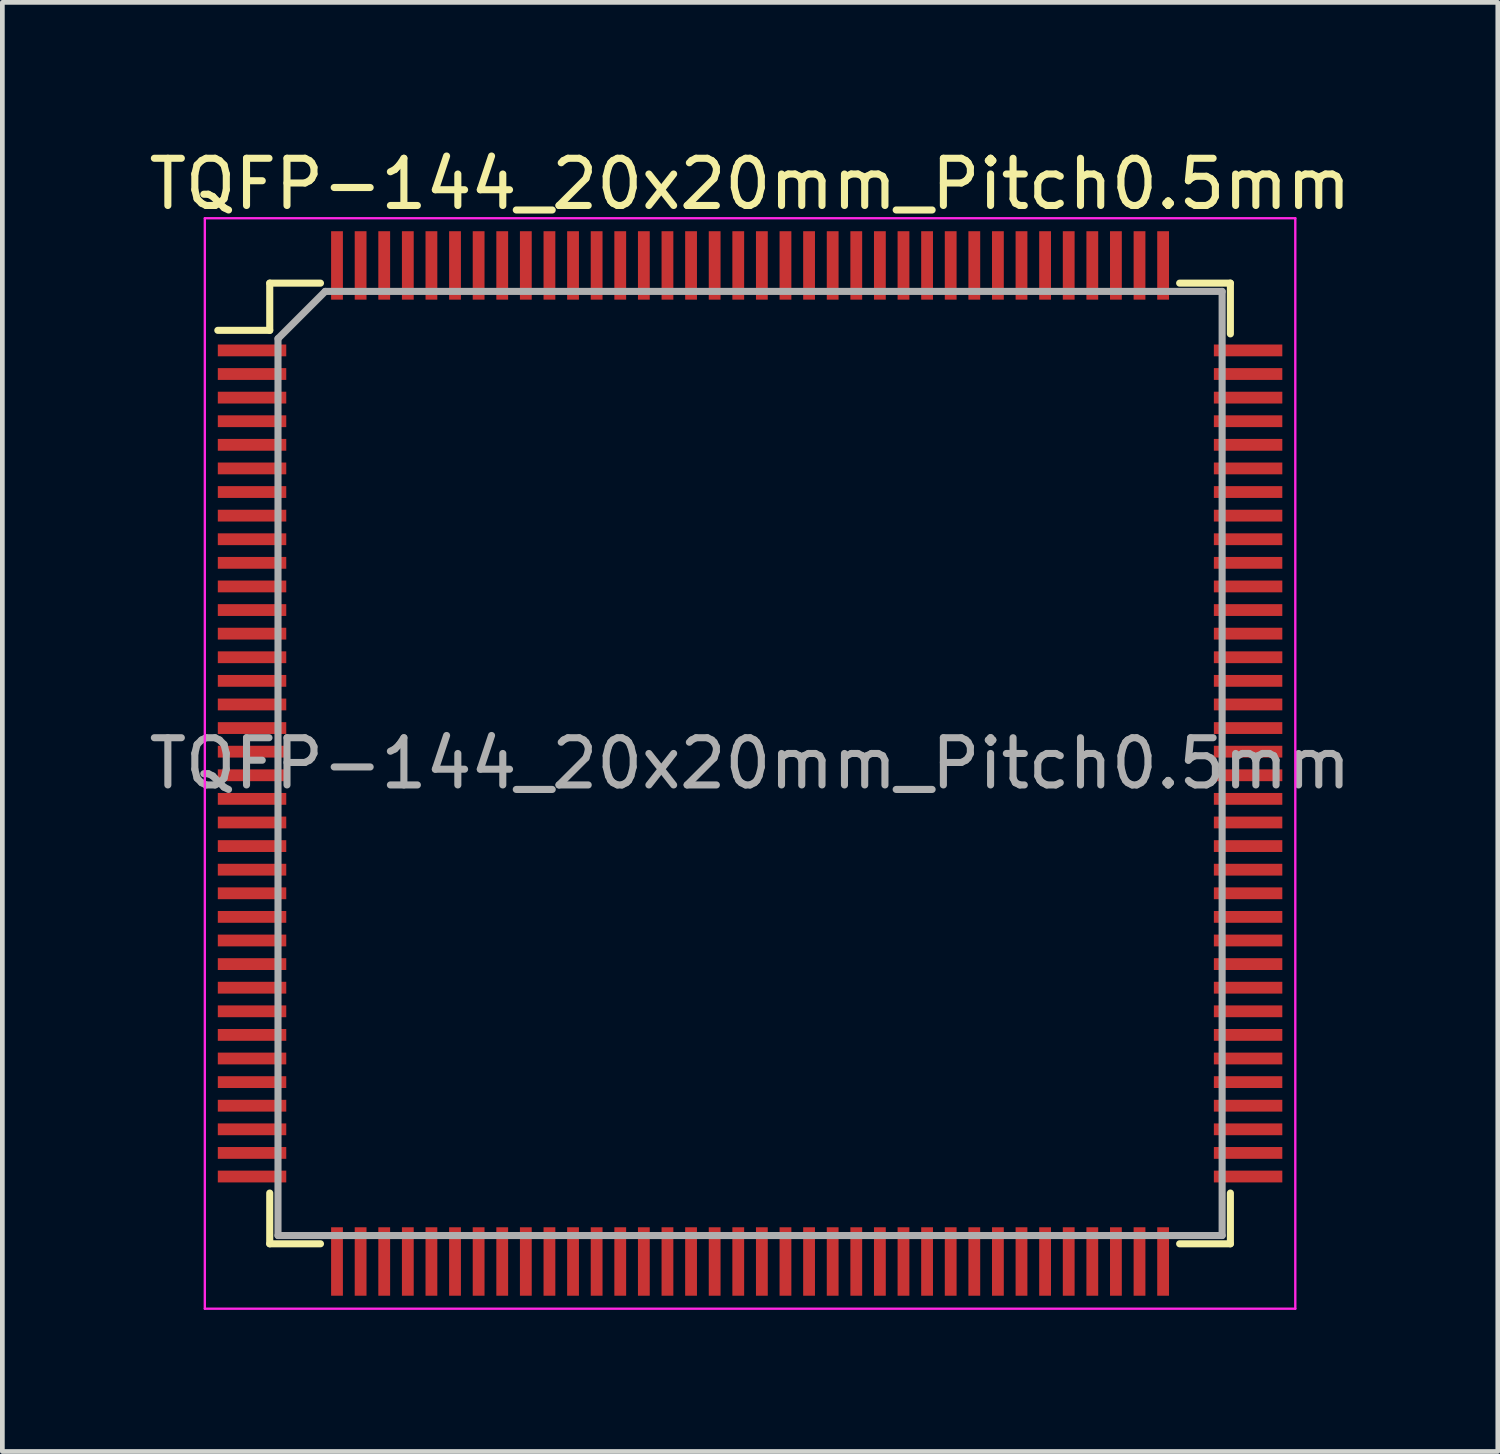
<source format=kicad_pcb>
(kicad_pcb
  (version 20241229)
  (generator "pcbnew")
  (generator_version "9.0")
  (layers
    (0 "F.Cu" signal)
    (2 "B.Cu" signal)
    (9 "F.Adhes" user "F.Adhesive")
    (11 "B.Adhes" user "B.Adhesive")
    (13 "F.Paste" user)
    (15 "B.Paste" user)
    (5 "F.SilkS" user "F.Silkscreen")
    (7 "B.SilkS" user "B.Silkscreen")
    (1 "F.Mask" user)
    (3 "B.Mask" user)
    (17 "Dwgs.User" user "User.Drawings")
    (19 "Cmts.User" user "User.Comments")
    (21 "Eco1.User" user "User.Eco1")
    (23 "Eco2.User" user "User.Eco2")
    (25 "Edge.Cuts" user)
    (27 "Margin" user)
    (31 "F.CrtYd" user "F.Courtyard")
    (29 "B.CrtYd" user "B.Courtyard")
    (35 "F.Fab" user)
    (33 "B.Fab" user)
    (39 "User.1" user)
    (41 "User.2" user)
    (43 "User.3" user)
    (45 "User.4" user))
  (footprint "TQFP-144_20x20mm_Pitch0.5mm"
    (layer "F.Cu")
    (at 12.839 13.123)
    (property "Reference" "TQFP-144_20x20mm_Pitch0.5mm" (at 0 -12.275 0) (layer "F.SilkS") (effects (font (size 1 1) (thickness 0.15))))
    (attr smd)
    (fp_line (start -10.175 -10.175) (end -10.175 -9.175) (stroke (width 0.15) (type solid)) (layer "F.SilkS"))
    (fp_line (start -10.175 -10.175) (end -9.1 -10.175) (stroke (width 0.15) (type solid)) (layer "F.SilkS"))
    (fp_line (start -10.175 -9.175) (end -11.275 -9.175) (stroke (width 0.15) (type solid)) (layer "F.SilkS"))
    (fp_line (start -10.175 10.175) (end -10.175 9.1) (stroke (width 0.15) (type solid)) (layer "F.SilkS"))
    (fp_line (start -10.175 10.175) (end -9.1 10.175) (stroke (width 0.15) (type solid)) (layer "F.SilkS"))
    (fp_line (start 10.175 -10.175) (end 9.1 -10.175) (stroke (width 0.15) (type solid)) (layer "F.SilkS"))
    (fp_line (start 10.175 -10.175) (end 10.175 -9.1) (stroke (width 0.15) (type solid)) (layer "F.SilkS"))
    (fp_line (start 10.175 10.175) (end 9.1 10.175) (stroke (width 0.15) (type solid)) (layer "F.SilkS"))
    (fp_line (start 10.175 10.175) (end 10.175 9.1) (stroke (width 0.15) (type solid)) (layer "F.SilkS"))
    (fp_line (start -11.55 -11.55) (end -11.55 11.55) (stroke (width 0.05) (type solid)) (layer "F.CrtYd"))
    (fp_line (start -11.55 -11.55) (end 11.55 -11.55) (stroke (width 0.05) (type solid)) (layer "F.CrtYd"))
    (fp_line (start -11.55 11.55) (end 11.55 11.55) (stroke (width 0.05) (type solid)) (layer "F.CrtYd"))
    (fp_line (start 11.55 -11.55) (end 11.55 11.55) (stroke (width 0.05) (type solid)) (layer "F.CrtYd"))
    (fp_line (start -10 -9) (end -9 -10) (stroke (width 0.15) (type solid)) (layer "F.Fab"))
    (fp_line (start -10 10) (end -10 -9) (stroke (width 0.15) (type solid)) (layer "F.Fab"))
    (fp_line (start -9 -10) (end 10 -10) (stroke (width 0.15) (type solid)) (layer "F.Fab"))
    (fp_line (start 10 -10) (end 10 10) (stroke (width 0.15) (type solid)) (layer "F.Fab"))
    (fp_line (start 10 10) (end -10 10) (stroke (width 0.15) (type solid)) (layer "F.Fab"))
    (fp_text user "${REFERENCE}" (at 0 0 0) (layer "F.Fab") (effects (font (size 1 1) (thickness 0.15))))
    (pad "1" smd rect (at -10.55 -8.75) (size 1.45 0.25) (layers "F.Cu" "F.Mask" "F.Paste"))
    (pad "2" smd rect (at -10.55 -8.25) (size 1.45 0.25) (layers "F.Cu" "F.Mask" "F.Paste"))
    (pad "3" smd rect (at -10.55 -7.75) (size 1.45 0.25) (layers "F.Cu" "F.Mask" "F.Paste"))
    (pad "4" smd rect (at -10.55 -7.25) (size 1.45 0.25) (layers "F.Cu" "F.Mask" "F.Paste"))
    (pad "5" smd rect (at -10.55 -6.75) (size 1.45 0.25) (layers "F.Cu" "F.Mask" "F.Paste"))
    (pad "6" smd rect (at -10.55 -6.25) (size 1.45 0.25) (layers "F.Cu" "F.Mask" "F.Paste"))
    (pad "7" smd rect (at -10.55 -5.75) (size 1.45 0.25) (layers "F.Cu" "F.Mask" "F.Paste"))
    (pad "8" smd rect (at -10.55 -5.25) (size 1.45 0.25) (layers "F.Cu" "F.Mask" "F.Paste"))
    (pad "9" smd rect (at -10.55 -4.75) (size 1.45 0.25) (layers "F.Cu" "F.Mask" "F.Paste"))
    (pad "10" smd rect (at -10.55 -4.25) (size 1.45 0.25) (layers "F.Cu" "F.Mask" "F.Paste"))
    (pad "11" smd rect (at -10.55 -3.75) (size 1.45 0.25) (layers "F.Cu" "F.Mask" "F.Paste"))
    (pad "12" smd rect (at -10.55 -3.25) (size 1.45 0.25) (layers "F.Cu" "F.Mask" "F.Paste"))
    (pad "13" smd rect (at -10.55 -2.75) (size 1.45 0.25) (layers "F.Cu" "F.Mask" "F.Paste"))
    (pad "14" smd rect (at -10.55 -2.25) (size 1.45 0.25) (layers "F.Cu" "F.Mask" "F.Paste"))
    (pad "15" smd rect (at -10.55 -1.75) (size 1.45 0.25) (layers "F.Cu" "F.Mask" "F.Paste"))
    (pad "16" smd rect (at -10.55 -1.25) (size 1.45 0.25) (layers "F.Cu" "F.Mask" "F.Paste"))
    (pad "17" smd rect (at -10.55 -0.75) (size 1.45 0.25) (layers "F.Cu" "F.Mask" "F.Paste"))
    (pad "18" smd rect (at -10.55 -0.25) (size 1.45 0.25) (layers "F.Cu" "F.Mask" "F.Paste"))
    (pad "19" smd rect (at -10.55 0.25) (size 1.45 0.25) (layers "F.Cu" "F.Mask" "F.Paste"))
    (pad "20" smd rect (at -10.55 0.75) (size 1.45 0.25) (layers "F.Cu" "F.Mask" "F.Paste"))
    (pad "21" smd rect (at -10.55 1.25) (size 1.45 0.25) (layers "F.Cu" "F.Mask" "F.Paste"))
    (pad "22" smd rect (at -10.55 1.75) (size 1.45 0.25) (layers "F.Cu" "F.Mask" "F.Paste"))
    (pad "23" smd rect (at -10.55 2.25) (size 1.45 0.25) (layers "F.Cu" "F.Mask" "F.Paste"))
    (pad "24" smd rect (at -10.55 2.75) (size 1.45 0.25) (layers "F.Cu" "F.Mask" "F.Paste"))
    (pad "25" smd rect (at -10.55 3.25) (size 1.45 0.25) (layers "F.Cu" "F.Mask" "F.Paste"))
    (pad "26" smd rect (at -10.55 3.75) (size 1.45 0.25) (layers "F.Cu" "F.Mask" "F.Paste"))
    (pad "27" smd rect (at -10.55 4.25) (size 1.45 0.25) (layers "F.Cu" "F.Mask" "F.Paste"))
    (pad "28" smd rect (at -10.55 4.75) (size 1.45 0.25) (layers "F.Cu" "F.Mask" "F.Paste"))
    (pad "29" smd rect (at -10.55 5.25) (size 1.45 0.25) (layers "F.Cu" "F.Mask" "F.Paste"))
    (pad "30" smd rect (at -10.55 5.75) (size 1.45 0.25) (layers "F.Cu" "F.Mask" "F.Paste"))
    (pad "31" smd rect (at -10.55 6.25) (size 1.45 0.25) (layers "F.Cu" "F.Mask" "F.Paste"))
    (pad "32" smd rect (at -10.55 6.75) (size 1.45 0.25) (layers "F.Cu" "F.Mask" "F.Paste"))
    (pad "33" smd rect (at -10.55 7.25) (size 1.45 0.25) (layers "F.Cu" "F.Mask" "F.Paste"))
    (pad "34" smd rect (at -10.55 7.75) (size 1.45 0.25) (layers "F.Cu" "F.Mask" "F.Paste"))
    (pad "35" smd rect (at -10.55 8.25) (size 1.45 0.25) (layers "F.Cu" "F.Mask" "F.Paste"))
    (pad "36" smd rect (at -10.55 8.75) (size 1.45 0.25) (layers "F.Cu" "F.Mask" "F.Paste"))
    (pad "37" smd rect (at -8.75 10.55 90) (size 1.45 0.25) (layers "F.Cu" "F.Mask" "F.Paste"))
    (pad "38" smd rect (at -8.25 10.55 90) (size 1.45 0.25) (layers "F.Cu" "F.Mask" "F.Paste"))
    (pad "39" smd rect (at -7.75 10.55 90) (size 1.45 0.25) (layers "F.Cu" "F.Mask" "F.Paste"))
    (pad "40" smd rect (at -7.25 10.55 90) (size 1.45 0.25) (layers "F.Cu" "F.Mask" "F.Paste"))
    (pad "41" smd rect (at -6.75 10.55 90) (size 1.45 0.25) (layers "F.Cu" "F.Mask" "F.Paste"))
    (pad "42" smd rect (at -6.25 10.55 90) (size 1.45 0.25) (layers "F.Cu" "F.Mask" "F.Paste"))
    (pad "43" smd rect (at -5.75 10.55 90) (size 1.45 0.25) (layers "F.Cu" "F.Mask" "F.Paste"))
    (pad "44" smd rect (at -5.25 10.55 90) (size 1.45 0.25) (layers "F.Cu" "F.Mask" "F.Paste"))
    (pad "45" smd rect (at -4.75 10.55 90) (size 1.45 0.25) (layers "F.Cu" "F.Mask" "F.Paste"))
    (pad "46" smd rect (at -4.25 10.55 90) (size 1.45 0.25) (layers "F.Cu" "F.Mask" "F.Paste"))
    (pad "47" smd rect (at -3.75 10.55 90) (size 1.45 0.25) (layers "F.Cu" "F.Mask" "F.Paste"))
    (pad "48" smd rect (at -3.25 10.55 90) (size 1.45 0.25) (layers "F.Cu" "F.Mask" "F.Paste"))
    (pad "49" smd rect (at -2.75 10.55 90) (size 1.45 0.25) (layers "F.Cu" "F.Mask" "F.Paste"))
    (pad "50" smd rect (at -2.25 10.55 90) (size 1.45 0.25) (layers "F.Cu" "F.Mask" "F.Paste"))
    (pad "51" smd rect (at -1.75 10.55 90) (size 1.45 0.25) (layers "F.Cu" "F.Mask" "F.Paste"))
    (pad "52" smd rect (at -1.25 10.55 90) (size 1.45 0.25) (layers "F.Cu" "F.Mask" "F.Paste"))
    (pad "53" smd rect (at -0.75 10.55 90) (size 1.45 0.25) (layers "F.Cu" "F.Mask" "F.Paste"))
    (pad "54" smd rect (at -0.25 10.55 90) (size 1.45 0.25) (layers "F.Cu" "F.Mask" "F.Paste"))
    (pad "55" smd rect (at 0.25 10.55 90) (size 1.45 0.25) (layers "F.Cu" "F.Mask" "F.Paste"))
    (pad "56" smd rect (at 0.75 10.55 90) (size 1.45 0.25) (layers "F.Cu" "F.Mask" "F.Paste"))
    (pad "57" smd rect (at 1.25 10.55 90) (size 1.45 0.25) (layers "F.Cu" "F.Mask" "F.Paste"))
    (pad "58" smd rect (at 1.75 10.55 90) (size 1.45 0.25) (layers "F.Cu" "F.Mask" "F.Paste"))
    (pad "59" smd rect (at 2.25 10.55 90) (size 1.45 0.25) (layers "F.Cu" "F.Mask" "F.Paste"))
    (pad "60" smd rect (at 2.75 10.55 90) (size 1.45 0.25) (layers "F.Cu" "F.Mask" "F.Paste"))
    (pad "61" smd rect (at 3.25 10.55 90) (size 1.45 0.25) (layers "F.Cu" "F.Mask" "F.Paste"))
    (pad "62" smd rect (at 3.75 10.55 90) (size 1.45 0.25) (layers "F.Cu" "F.Mask" "F.Paste"))
    (pad "63" smd rect (at 4.25 10.55 90) (size 1.45 0.25) (layers "F.Cu" "F.Mask" "F.Paste"))
    (pad "64" smd rect (at 4.75 10.55 90) (size 1.45 0.25) (layers "F.Cu" "F.Mask" "F.Paste"))
    (pad "65" smd rect (at 5.25 10.55 90) (size 1.45 0.25) (layers "F.Cu" "F.Mask" "F.Paste"))
    (pad "66" smd rect (at 5.75 10.55 90) (size 1.45 0.25) (layers "F.Cu" "F.Mask" "F.Paste"))
    (pad "67" smd rect (at 6.25 10.55 90) (size 1.45 0.25) (layers "F.Cu" "F.Mask" "F.Paste"))
    (pad "68" smd rect (at 6.75 10.55 90) (size 1.45 0.25) (layers "F.Cu" "F.Mask" "F.Paste"))
    (pad "69" smd rect (at 7.25 10.55 90) (size 1.45 0.25) (layers "F.Cu" "F.Mask" "F.Paste"))
    (pad "70" smd rect (at 7.75 10.55 90) (size 1.45 0.25) (layers "F.Cu" "F.Mask" "F.Paste"))
    (pad "71" smd rect (at 8.25 10.55 90) (size 1.45 0.25) (layers "F.Cu" "F.Mask" "F.Paste"))
    (pad "72" smd rect (at 8.75 10.55 90) (size 1.45 0.25) (layers "F.Cu" "F.Mask" "F.Paste"))
    (pad "73" smd rect (at 10.55 8.75) (size 1.45 0.25) (layers "F.Cu" "F.Mask" "F.Paste"))
    (pad "74" smd rect (at 10.55 8.25) (size 1.45 0.25) (layers "F.Cu" "F.Mask" "F.Paste"))
    (pad "75" smd rect (at 10.55 7.75) (size 1.45 0.25) (layers "F.Cu" "F.Mask" "F.Paste"))
    (pad "76" smd rect (at 10.55 7.25) (size 1.45 0.25) (layers "F.Cu" "F.Mask" "F.Paste"))
    (pad "77" smd rect (at 10.55 6.75) (size 1.45 0.25) (layers "F.Cu" "F.Mask" "F.Paste"))
    (pad "78" smd rect (at 10.55 6.25) (size 1.45 0.25) (layers "F.Cu" "F.Mask" "F.Paste"))
    (pad "79" smd rect (at 10.55 5.75) (size 1.45 0.25) (layers "F.Cu" "F.Mask" "F.Paste"))
    (pad "80" smd rect (at 10.55 5.25) (size 1.45 0.25) (layers "F.Cu" "F.Mask" "F.Paste"))
    (pad "81" smd rect (at 10.55 4.75) (size 1.45 0.25) (layers "F.Cu" "F.Mask" "F.Paste"))
    (pad "82" smd rect (at 10.55 4.25) (size 1.45 0.25) (layers "F.Cu" "F.Mask" "F.Paste"))
    (pad "83" smd rect (at 10.55 3.75) (size 1.45 0.25) (layers "F.Cu" "F.Mask" "F.Paste"))
    (pad "84" smd rect (at 10.55 3.25) (size 1.45 0.25) (layers "F.Cu" "F.Mask" "F.Paste"))
    (pad "85" smd rect (at 10.55 2.75) (size 1.45 0.25) (layers "F.Cu" "F.Mask" "F.Paste"))
    (pad "86" smd rect (at 10.55 2.25) (size 1.45 0.25) (layers "F.Cu" "F.Mask" "F.Paste"))
    (pad "87" smd rect (at 10.55 1.75) (size 1.45 0.25) (layers "F.Cu" "F.Mask" "F.Paste"))
    (pad "88" smd rect (at 10.55 1.25) (size 1.45 0.25) (layers "F.Cu" "F.Mask" "F.Paste"))
    (pad "89" smd rect (at 10.55 0.75) (size 1.45 0.25) (layers "F.Cu" "F.Mask" "F.Paste"))
    (pad "90" smd rect (at 10.55 0.25) (size 1.45 0.25) (layers "F.Cu" "F.Mask" "F.Paste"))
    (pad "91" smd rect (at 10.55 -0.25) (size 1.45 0.25) (layers "F.Cu" "F.Mask" "F.Paste"))
    (pad "92" smd rect (at 10.55 -0.75) (size 1.45 0.25) (layers "F.Cu" "F.Mask" "F.Paste"))
    (pad "93" smd rect (at 10.55 -1.25) (size 1.45 0.25) (layers "F.Cu" "F.Mask" "F.Paste"))
    (pad "94" smd rect (at 10.55 -1.75) (size 1.45 0.25) (layers "F.Cu" "F.Mask" "F.Paste"))
    (pad "95" smd rect (at 10.55 -2.25) (size 1.45 0.25) (layers "F.Cu" "F.Mask" "F.Paste"))
    (pad "96" smd rect (at 10.55 -2.75) (size 1.45 0.25) (layers "F.Cu" "F.Mask" "F.Paste"))
    (pad "97" smd rect (at 10.55 -3.25) (size 1.45 0.25) (layers "F.Cu" "F.Mask" "F.Paste"))
    (pad "98" smd rect (at 10.55 -3.75) (size 1.45 0.25) (layers "F.Cu" "F.Mask" "F.Paste"))
    (pad "99" smd rect (at 10.55 -4.25) (size 1.45 0.25) (layers "F.Cu" "F.Mask" "F.Paste"))
    (pad "100" smd rect (at 10.55 -4.75) (size 1.45 0.25) (layers "F.Cu" "F.Mask" "F.Paste"))
    (pad "101" smd rect (at 10.55 -5.25) (size 1.45 0.25) (layers "F.Cu" "F.Mask" "F.Paste"))
    (pad "102" smd rect (at 10.55 -5.75) (size 1.45 0.25) (layers "F.Cu" "F.Mask" "F.Paste"))
    (pad "103" smd rect (at 10.55 -6.25) (size 1.45 0.25) (layers "F.Cu" "F.Mask" "F.Paste"))
    (pad "104" smd rect (at 10.55 -6.75) (size 1.45 0.25) (layers "F.Cu" "F.Mask" "F.Paste"))
    (pad "105" smd rect (at 10.55 -7.25) (size 1.45 0.25) (layers "F.Cu" "F.Mask" "F.Paste"))
    (pad "106" smd rect (at 10.55 -7.75) (size 1.45 0.25) (layers "F.Cu" "F.Mask" "F.Paste"))
    (pad "107" smd rect (at 10.55 -8.25) (size 1.45 0.25) (layers "F.Cu" "F.Mask" "F.Paste"))
    (pad "108" smd rect (at 10.55 -8.75) (size 1.45 0.25) (layers "F.Cu" "F.Mask" "F.Paste"))
    (pad "109" smd rect (at 8.75 -10.55 90) (size 1.45 0.25) (layers "F.Cu" "F.Mask" "F.Paste"))
    (pad "110" smd rect (at 8.25 -10.55 90) (size 1.45 0.25) (layers "F.Cu" "F.Mask" "F.Paste"))
    (pad "111" smd rect (at 7.75 -10.55 90) (size 1.45 0.25) (layers "F.Cu" "F.Mask" "F.Paste"))
    (pad "112" smd rect (at 7.25 -10.55 90) (size 1.45 0.25) (layers "F.Cu" "F.Mask" "F.Paste"))
    (pad "113" smd rect (at 6.75 -10.55 90) (size 1.45 0.25) (layers "F.Cu" "F.Mask" "F.Paste"))
    (pad "114" smd rect (at 6.25 -10.55 90) (size 1.45 0.25) (layers "F.Cu" "F.Mask" "F.Paste"))
    (pad "115" smd rect (at 5.75 -10.55 90) (size 1.45 0.25) (layers "F.Cu" "F.Mask" "F.Paste"))
    (pad "116" smd rect (at 5.25 -10.55 90) (size 1.45 0.25) (layers "F.Cu" "F.Mask" "F.Paste"))
    (pad "117" smd rect (at 4.75 -10.55 90) (size 1.45 0.25) (layers "F.Cu" "F.Mask" "F.Paste"))
    (pad "118" smd rect (at 4.25 -10.55 90) (size 1.45 0.25) (layers "F.Cu" "F.Mask" "F.Paste"))
    (pad "119" smd rect (at 3.75 -10.55 90) (size 1.45 0.25) (layers "F.Cu" "F.Mask" "F.Paste"))
    (pad "120" smd rect (at 3.25 -10.55 90) (size 1.45 0.25) (layers "F.Cu" "F.Mask" "F.Paste"))
    (pad "121" smd rect (at 2.75 -10.55 90) (size 1.45 0.25) (layers "F.Cu" "F.Mask" "F.Paste"))
    (pad "122" smd rect (at 2.25 -10.55 90) (size 1.45 0.25) (layers "F.Cu" "F.Mask" "F.Paste"))
    (pad "123" smd rect (at 1.75 -10.55 90) (size 1.45 0.25) (layers "F.Cu" "F.Mask" "F.Paste"))
    (pad "124" smd rect (at 1.25 -10.55 90) (size 1.45 0.25) (layers "F.Cu" "F.Mask" "F.Paste"))
    (pad "125" smd rect (at 0.75 -10.55 90) (size 1.45 0.25) (layers "F.Cu" "F.Mask" "F.Paste"))
    (pad "126" smd rect (at 0.25 -10.55 90) (size 1.45 0.25) (layers "F.Cu" "F.Mask" "F.Paste"))
    (pad "127" smd rect (at -0.25 -10.55 90) (size 1.45 0.25) (layers "F.Cu" "F.Mask" "F.Paste"))
    (pad "128" smd rect (at -0.75 -10.55 90) (size 1.45 0.25) (layers "F.Cu" "F.Mask" "F.Paste"))
    (pad "129" smd rect (at -1.25 -10.55 90) (size 1.45 0.25) (layers "F.Cu" "F.Mask" "F.Paste"))
    (pad "130" smd rect (at -1.75 -10.55 90) (size 1.45 0.25) (layers "F.Cu" "F.Mask" "F.Paste"))
    (pad "131" smd rect (at -2.25 -10.55 90) (size 1.45 0.25) (layers "F.Cu" "F.Mask" "F.Paste"))
    (pad "132" smd rect (at -2.75 -10.55 90) (size 1.45 0.25) (layers "F.Cu" "F.Mask" "F.Paste"))
    (pad "133" smd rect (at -3.25 -10.55 90) (size 1.45 0.25) (layers "F.Cu" "F.Mask" "F.Paste"))
    (pad "134" smd rect (at -3.75 -10.55 90) (size 1.45 0.25) (layers "F.Cu" "F.Mask" "F.Paste"))
    (pad "135" smd rect (at -4.25 -10.55 90) (size 1.45 0.25) (layers "F.Cu" "F.Mask" "F.Paste"))
    (pad "136" smd rect (at -4.75 -10.55 90) (size 1.45 0.25) (layers "F.Cu" "F.Mask" "F.Paste"))
    (pad "137" smd rect (at -5.25 -10.55 90) (size 1.45 0.25) (layers "F.Cu" "F.Mask" "F.Paste"))
    (pad "138" smd rect (at -5.75 -10.55 90) (size 1.45 0.25) (layers "F.Cu" "F.Mask" "F.Paste"))
    (pad "139" smd rect (at -6.25 -10.55 90) (size 1.45 0.25) (layers "F.Cu" "F.Mask" "F.Paste"))
    (pad "140" smd rect (at -6.75 -10.55 90) (size 1.45 0.25) (layers "F.Cu" "F.Mask" "F.Paste"))
    (pad "141" smd rect (at -7.25 -10.55 90) (size 1.45 0.25) (layers "F.Cu" "F.Mask" "F.Paste"))
    (pad "142" smd rect (at -7.75 -10.55 90) (size 1.45 0.25) (layers "F.Cu" "F.Mask" "F.Paste"))
    (pad "143" smd rect (at -8.25 -10.55 90) (size 1.45 0.25) (layers "F.Cu" "F.Mask" "F.Paste"))
    (pad "144" smd rect (at -8.75 -10.55 90) (size 1.45 0.25) (layers "F.Cu" "F.Mask" "F.Paste")))
  (gr_rect
    (start -3 -3)
    (end 28.679 27.698)
    (stroke (width 0.1) (type default))
    (fill no)
    (layer "Edge.Cuts")))
</source>
